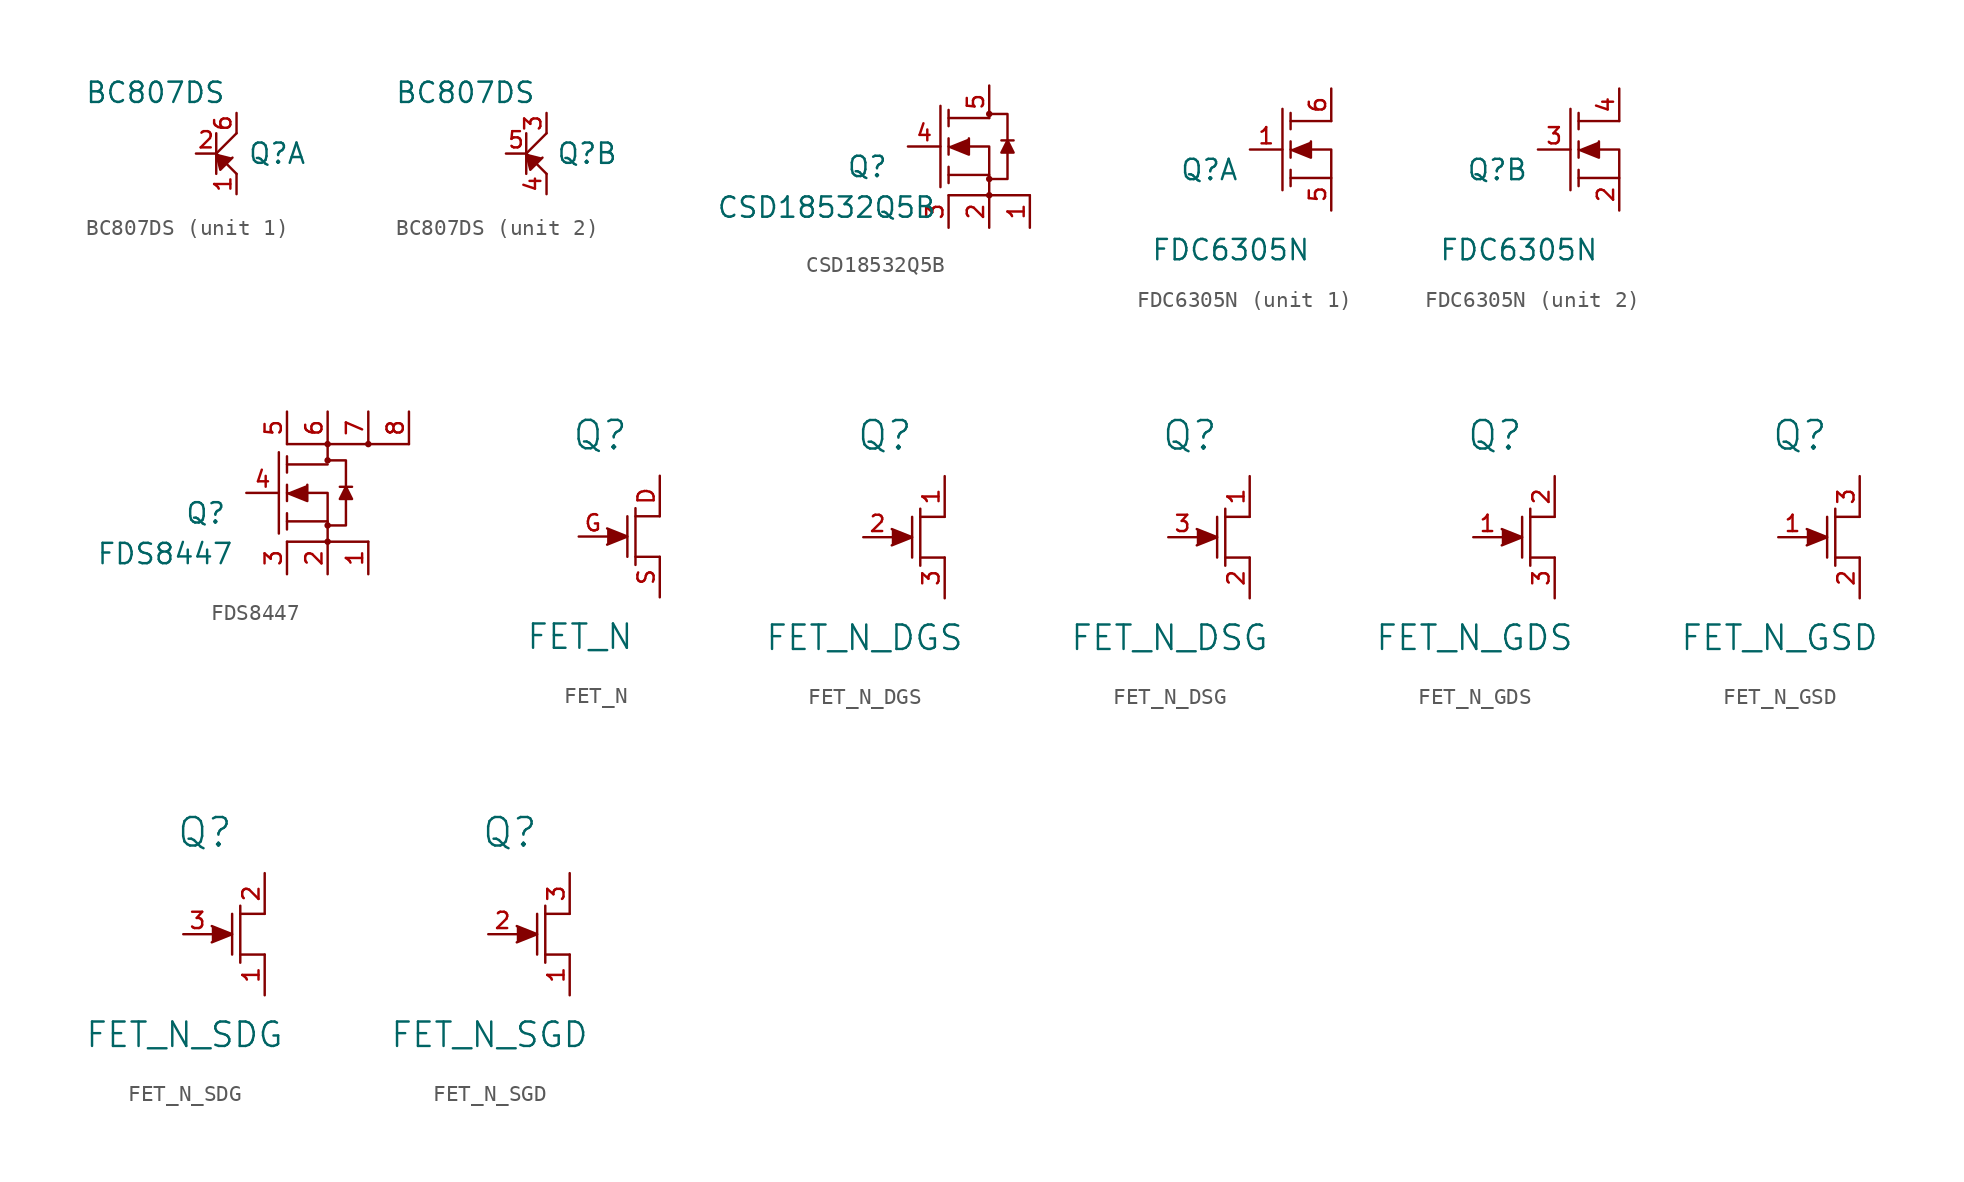
<source format=kicad_sym>
(kicad_symbol_lib
  (version 20220914)
  (generator kicad_symbol_editor)
  (symbol "BC807DS"
    (pin_names
      (offset 0) hide)
    (property "Reference" "Q"
      (at 3.81 0 0)
      (effects (font (size 1.27 1.27))))
    (property "Value" "BC807DS"
      (at -3.81 3.81 0)
      (effects (font (size 1.27 1.27))))
    (property "Footprint" ""
      (at 0 0 0)
      (effects (font (size 1.524 1.524))))
    (property "Datasheet" ""
      (at 0 0 0)
      (effects (font (size 1.524 1.524))))
    (symbol "BC807DS_0_0"
      (polyline (pts (xy 1.016 -0.254) (xy 0.254 -1.016) (xy 0 0) (xy 0 0)) (stroke (width 0) (type solid)) (fill (type outline))))
    (symbol "BC807DS_0_1"
      (polyline (pts (xy 0 0) (xy 1.27 -1.27) (xy 1.27 -1.27)) (stroke (width 0) (type solid)) (fill (type outline)))
      (polyline (pts (xy 0 0) (xy 1.27 1.27) (xy 1.27 1.27)) (stroke (width 0) (type solid)) (fill (type outline)))
      (polyline (pts (xy 0 1.27) (xy 0 -1.27) (xy 0 -1.27)) (stroke (width 0) (type solid)) (fill (type outline))))
    (symbol "BC807DS_1_1"
      (pin passive line (at 1.27 -2.54 90) (length 1.27) (name "E" (effects (font (size 1.016 1.016)))) (number "1" (effects (font (size 1.016 1.016)))))
      (pin input line (at -1.27 0 0) (length 1.27) (name "B" (effects (font (size 1.016 1.016)))) (number "2" (effects (font (size 1.016 1.016)))))
      (pin passive line (at 1.27 2.54 270) (length 1.27) (name "C" (effects (font (size 1.016 1.016)))) (number "6" (effects (font (size 1.016 1.016))))))
    (symbol "BC807DS_2_1"
      (pin passive line (at 1.27 2.54 270) (length 1.27) (name "C" (effects (font (size 1.016 1.016)))) (number "3" (effects (font (size 1.016 1.016)))))
      (pin passive line (at 1.27 -2.54 90) (length 1.27) (name "E" (effects (font (size 1.016 1.016)))) (number "4" (effects (font (size 1.016 1.016)))))
      (pin input line (at -1.27 0 0) (length 1.27) (name "B" (effects (font (size 1.016 1.016)))) (number "5" (effects (font (size 1.016 1.016)))))))
  (symbol "CSD18532Q5B"
    (pin_names
      (offset 0) hide)
    (property "Reference" "Q"
      (at -5.08 -1.27 0)
      (effects (font (size 1.27 1.27))))
    (property "Value" "CSD18532Q5B"
      (at -7.62 -3.81 0)
      (effects (font (size 1.27 1.27))))
    (property "Footprint" ""
      (at -3.81 -3.81 0)
      (effects (font (size 1.27 1.27))))
    (property "Datasheet" ""
      (at 0 0 0)
      (effects (font (size 1.524 1.524))))
    (symbol "CSD18532Q5B_0_1"
      (polyline (pts (xy 0 -3.048) (xy 5.08 -3.048)) (stroke (width 0) (type solid)) (fill (type none)))
      (polyline (pts (xy 2.54 -3.048) (xy 2.54 -1.778)) (stroke (width 0) (type solid)) (fill (type none)))
      (polyline (pts (xy 3.302 0.381) (xy 4.064 0.381)) (stroke (width 0) (type solid)) (fill (type none)))
      (polyline (pts (xy -0.508 2.54) (xy -0.508 -2.54) (xy -0.508 -2.54)) (stroke (width 0) (type solid)) (fill (type outline)))
      (polyline (pts (xy 0 -2.286) (xy 0 -1.27) (xy 0 -1.27)) (stroke (width 0) (type solid)) (fill (type outline)))
      (polyline (pts (xy 0 -0.508) (xy 0 0.508) (xy 0 0.508)) (stroke (width 0) (type solid)) (fill (type outline)))
      (polyline (pts (xy 0 1.27) (xy 0 2.286) (xy 0 2.286)) (stroke (width 0) (type solid)) (fill (type outline)))
      (polyline (pts (xy 0 1.778) (xy 2.54 1.778) (xy 2.54 1.778)) (stroke (width 0) (type solid)) (fill (type none)))
      (polyline (pts (xy 1.27 0.508) (xy 1.27 -0.508) (xy 0 0) (xy 0 0)) (stroke (width 0) (type solid)) (fill (type outline)))
      (polyline (pts (xy 2.54 2.032) (xy 3.683 2.032) (xy 3.683 -2.032) (xy 2.54 -2.032)) (stroke (width 0) (type solid)) (fill (type none)))
      (polyline (pts (xy 3.683 0.381) (xy 3.302 -0.381) (xy 4.064 -0.381) (xy 3.683 0.381)) (stroke (width 0) (type solid)) (fill (type outline)))
      (polyline (pts (xy 0 -1.778) (xy 2.54 -1.778) (xy 2.54 0) (xy 1.27 0) (xy 1.27 0)) (stroke (width 0) (type solid)) (fill (type none)))
      (circle (center 2.54 -3.048) (radius 0.127) (stroke (width 0) (type solid)) (fill (type none)))
      (circle (center 2.54 -2.032) (radius 0.127) (stroke (width 0) (type solid)) (fill (type none)))
      (circle (center 2.54 2.032) (radius 0.127) (stroke (width 0) (type solid)) (fill (type none))))
    (symbol "CSD18532Q5B_1_1"
      (pin passive line (at 5.08 -5.08 90) (length 2.032) (name "S" (effects (font (size 1.016 1.016)))) (number "1" (effects (font (size 1.016 1.016)))))
      (pin passive line (at 2.54 -5.08 90) (length 2.032) (name "S" (effects (font (size 1.016 1.016)))) (number "2" (effects (font (size 1.016 1.016)))))
      (pin passive line (at 0 -5.08 90) (length 2.032) (name "S" (effects (font (size 1.016 1.016)))) (number "3" (effects (font (size 1.016 1.016)))))
      (pin passive line (at -2.54 0 0) (length 2.032) (name "G" (effects (font (size 1.016 1.016)))) (number "4" (effects (font (size 1.016 1.016)))))
      (pin passive line (at 2.54 3.81 270) (length 2.032) (name "D" (effects (font (size 1.016 1.016)))) (number "5" (effects (font (size 1.016 1.016)))))))
  (symbol "FDC6305N"
    (pin_names
      (offset 0) hide)
    (property "Reference" "Q"
      (at -5.08 -1.27 0)
      (effects (font (size 1.27 1.27))))
    (property "Value" "FDC6305N"
      (at -3.734 -6.274 0)
      (effects (font (size 1.27 1.27))))
    (property "Datasheet" ""
      (at 0 0 0)
      (effects (font (size 1.524 1.524))))
    (symbol "FDC6305N_0_1"
      (polyline (pts (xy -0.508 2.54) (xy -0.508 -2.54) (xy -0.508 -2.54)) (stroke (width 0) (type solid)) (fill (type outline)))
      (polyline (pts (xy 0 -2.286) (xy 0 -1.27) (xy 0 -1.27)) (stroke (width 0) (type solid)) (fill (type outline)))
      (polyline (pts (xy 0 -0.508) (xy 0 0.508) (xy 0 0.508)) (stroke (width 0) (type solid)) (fill (type outline)))
      (polyline (pts (xy 0 1.27) (xy 0 2.286) (xy 0 2.286)) (stroke (width 0) (type solid)) (fill (type outline)))
      (polyline (pts (xy 0 1.778) (xy 2.54 1.778) (xy 2.54 1.778)) (stroke (width 0) (type solid)) (fill (type none)))
      (polyline (pts (xy 1.27 0.508) (xy 1.27 -0.508) (xy 0 0) (xy 0 0)) (stroke (width 0) (type solid)) (fill (type outline)))
      (polyline (pts (xy 0 -1.778) (xy 2.54 -1.778) (xy 2.54 0) (xy 1.27 0) (xy 1.27 0)) (stroke (width 0) (type solid)) (fill (type none))))
    (symbol "FDC6305N_1_1"
      (pin input line (at -2.54 0 0) (length 2.032) (name "G" (effects (font (size 1.016 1.016)))) (number "1" (effects (font (size 1.016 1.016)))))
      (pin passive line (at 2.54 -3.81 90) (length 2.032) (name "S" (effects (font (size 1.016 1.016)))) (number "5" (effects (font (size 1.016 1.016)))))
      (pin passive line (at 2.54 3.81 270) (length 2.032) (name "D" (effects (font (size 1.016 1.016)))) (number "6" (effects (font (size 1.016 1.016))))))
    (symbol "FDC6305N_2_1"
      (pin passive line (at 2.54 -3.81 90) (length 2.032) (name "S" (effects (font (size 1.016 1.016)))) (number "2" (effects (font (size 1.016 1.016)))))
      (pin input line (at -2.54 0 0) (length 2.032) (name "G" (effects (font (size 1.016 1.016)))) (number "3" (effects (font (size 1.016 1.016)))))
      (pin passive line (at 2.54 3.81 270) (length 2.032) (name "D" (effects (font (size 1.016 1.016)))) (number "4" (effects (font (size 1.016 1.016)))))))
  (symbol "FDS8447"
    (pin_names
      (offset 0) hide)
    (property "Reference" "Q"
      (at -5.08 -1.27 0)
      (effects (font (size 1.27 1.27))))
    (property "Value" "FDS8447"
      (at -7.62 -3.81 0)
      (effects (font (size 1.27 1.27))))
    (property "Footprint" ""
      (at -3.81 -3.81 0)
      (effects (font (size 1.27 1.27))))
    (property "Datasheet" ""
      (at 0 0 0)
      (effects (font (size 1.524 1.524))))
    (symbol "FDS8447_0_1"
      (polyline (pts (xy 0 -3.048) (xy 5.08 -3.048)) (stroke (width 0) (type solid)) (fill (type none)))
      (polyline (pts (xy 0 3.048) (xy 7.62 3.048)) (stroke (width 0) (type solid)) (fill (type none)))
      (polyline (pts (xy 2.54 -3.048) (xy 2.54 -1.778)) (stroke (width 0) (type solid)) (fill (type none)))
      (polyline (pts (xy 2.54 2.032) (xy 2.54 3.048)) (stroke (width 0) (type solid)) (fill (type none)))
      (polyline (pts (xy 3.302 0.381) (xy 4.064 0.381)) (stroke (width 0) (type solid)) (fill (type none)))
      (polyline (pts (xy -0.508 2.54) (xy -0.508 -2.54) (xy -0.508 -2.54)) (stroke (width 0) (type solid)) (fill (type outline)))
      (polyline (pts (xy 0 -2.286) (xy 0 -1.27) (xy 0 -1.27)) (stroke (width 0) (type solid)) (fill (type outline)))
      (polyline (pts (xy 0 -0.508) (xy 0 0.508) (xy 0 0.508)) (stroke (width 0) (type solid)) (fill (type outline)))
      (polyline (pts (xy 0 1.27) (xy 0 2.286) (xy 0 2.286)) (stroke (width 0) (type solid)) (fill (type outline)))
      (polyline (pts (xy 0 1.778) (xy 2.54 1.778) (xy 2.54 1.778)) (stroke (width 0) (type solid)) (fill (type none)))
      (polyline (pts (xy 1.27 0.508) (xy 1.27 -0.508) (xy 0 0) (xy 0 0)) (stroke (width 0) (type solid)) (fill (type outline)))
      (polyline (pts (xy 2.54 2.032) (xy 3.683 2.032) (xy 3.683 -2.032) (xy 2.54 -2.032)) (stroke (width 0) (type solid)) (fill (type none)))
      (polyline (pts (xy 3.683 0.381) (xy 3.302 -0.381) (xy 4.064 -0.381) (xy 3.683 0.381)) (stroke (width 0) (type solid)) (fill (type outline)))
      (polyline (pts (xy 0 -1.778) (xy 2.54 -1.778) (xy 2.54 0) (xy 1.27 0) (xy 1.27 0)) (stroke (width 0) (type solid)) (fill (type none)))
      (circle (center 2.54 -3.048) (radius 0.127) (stroke (width 0) (type solid)) (fill (type none)))
      (circle (center 2.54 -2.032) (radius 0.127) (stroke (width 0) (type solid)) (fill (type none)))
      (circle (center 2.54 2.032) (radius 0.127) (stroke (width 0) (type solid)) (fill (type none)))
      (circle (center 2.54 3.048) (radius 0.127) (stroke (width 0) (type solid)) (fill (type none)))
      (circle (center 5.08 3.048) (radius 0.127) (stroke (width 0) (type solid)) (fill (type none))))
    (symbol "FDS8447_1_1"
      (pin passive line (at 5.08 -5.08 90) (length 2.032) (name "S" (effects (font (size 1.016 1.016)))) (number "1" (effects (font (size 1.016 1.016)))))
      (pin passive line (at 2.54 -5.08 90) (length 2.032) (name "S" (effects (font (size 1.016 1.016)))) (number "2" (effects (font (size 1.016 1.016)))))
      (pin passive line (at 0 -5.08 90) (length 2.032) (name "S" (effects (font (size 1.016 1.016)))) (number "3" (effects (font (size 1.016 1.016)))))
      (pin passive line (at -2.54 0 0) (length 2.032) (name "G" (effects (font (size 1.016 1.016)))) (number "4" (effects (font (size 1.016 1.016)))))
      (pin passive line (at 0 5.08 270) (length 2.032) (name "D" (effects (font (size 1.016 1.016)))) (number "5" (effects (font (size 1.016 1.016)))))
      (pin passive line (at 2.54 5.08 270) (length 2.032) (name "D" (effects (font (size 1.016 1.016)))) (number "6" (effects (font (size 1.016 1.016)))))
      (pin passive line (at 5.08 5.08 270) (length 2.032) (name "D" (effects (font (size 1.016 1.016)))) (number "7" (effects (font (size 1.016 1.016)))))
      (pin passive line (at 7.62 5.08 270) (length 2.032) (name "D" (effects (font (size 1.016 1.016)))) (number "8" (effects (font (size 1.016 1.016)))))))
  (symbol "FET_N"
    (pin_names
      (offset 0.762) hide)
    (property "Reference" "Q"
      (at -2.464 6.35 0)
      (effects (font (size 1.778 1.778))))
    (property "Value" "FET_N"
      (at -3.734 -6.274 0)
      (effects (font (size 1.524 1.524))))
    (property "Footprint" ""
      (at 0 0 0)
      (effects (font (size 1.524 1.524))))
    (property "Datasheet" ""
      (at 0 0 0)
      (effects (font (size 1.524 1.524))))
    (symbol "FET_N_0_1"
      (polyline (pts (xy -0.762 -1.27) (xy -0.762 1.27) (xy -0.762 1.27)) (stroke (width 0) (type solid)) (fill (type none)))
      (polyline (pts (xy -0.254 -1.27) (xy 1.27 -1.27) (xy 1.27 -1.27)) (stroke (width 0) (type solid)) (fill (type outline)))
      (polyline (pts (xy -0.254 1.27) (xy 1.27 1.27) (xy 1.27 1.27)) (stroke (width 0) (type solid)) (fill (type outline)))
      (polyline (pts (xy -0.254 1.778) (xy -0.254 -1.778) (xy -0.254 -1.778)) (stroke (width 0) (type solid)) (fill (type outline)))
      (polyline (pts (xy -2.032 0.508) (xy -0.762 0) (xy -2.032 -0.508) (xy -2.032 -0.508)) (stroke (width 0) (type solid)) (fill (type outline))))
    (symbol "FET_N_1_1"
      (pin passive line (at 1.27 3.81 270) (length 2.54) (name "D" (effects (font (size 1.016 1.016)))) (number "D" (effects (font (size 1.016 1.016)))))
      (pin input line (at -3.81 0 0) (length 1.778) (name "G" (effects (font (size 1.016 1.016)))) (number "G" (effects (font (size 1.016 1.016)))))
      (pin passive line (at 1.27 -3.81 90) (length 2.54) (name "S" (effects (font (size 1.016 1.016)))) (number "S" (effects (font (size 1.016 1.016)))))))
  (symbol "FET_N_DGS"
    (pin_names
      (offset 0.762) hide)
    (property "Reference" "Q"
      (at -2.464 6.35 0)
      (effects (font (size 1.778 1.778))))
    (property "Value" "FET_N_DGS"
      (at -3.734 -6.274 0)
      (effects (font (size 1.524 1.524))))
    (property "Footprint" ""
      (at 0 0 0)
      (effects (font (size 1.524 1.524))))
    (property "Datasheet" ""
      (at 0 0 0)
      (effects (font (size 1.524 1.524))))
    (symbol "FET_N_DGS_0_1"
      (polyline (pts (xy -0.762 -1.27) (xy -0.762 1.27) (xy -0.762 1.27)) (stroke (width 0) (type solid)) (fill (type none)))
      (polyline (pts (xy -0.254 -1.27) (xy 1.27 -1.27) (xy 1.27 -1.27)) (stroke (width 0) (type solid)) (fill (type outline)))
      (polyline (pts (xy -0.254 1.27) (xy 1.27 1.27) (xy 1.27 1.27)) (stroke (width 0) (type solid)) (fill (type outline)))
      (polyline (pts (xy -0.254 1.778) (xy -0.254 -1.778) (xy -0.254 -1.778)) (stroke (width 0) (type solid)) (fill (type outline)))
      (polyline (pts (xy -2.032 0.508) (xy -0.762 0) (xy -2.032 -0.508) (xy -2.032 -0.508)) (stroke (width 0) (type solid)) (fill (type outline))))
    (symbol "FET_N_DGS_1_1"
      (pin passive line (at 1.27 3.81 270) (length 2.54) (name "D" (effects (font (size 1.016 1.016)))) (number "1" (effects (font (size 1.016 1.016)))))
      (pin input line (at -3.81 0 0) (length 1.778) (name "G" (effects (font (size 1.016 1.016)))) (number "2" (effects (font (size 1.016 1.016)))))
      (pin passive line (at 1.27 -3.81 90) (length 2.54) (name "S" (effects (font (size 1.016 1.016)))) (number "3" (effects (font (size 1.016 1.016)))))))
  (symbol "FET_N_DSG"
    (pin_names
      (offset 0.762) hide)
    (property "Reference" "Q"
      (at -2.464 6.35 0)
      (effects (font (size 1.778 1.778))))
    (property "Value" "FET_N_DSG"
      (at -3.734 -6.274 0)
      (effects (font (size 1.524 1.524))))
    (property "Footprint" ""
      (at 0 0 0)
      (effects (font (size 1.524 1.524))))
    (property "Datasheet" ""
      (at 0 0 0)
      (effects (font (size 1.524 1.524))))
    (symbol "FET_N_DSG_0_1"
      (polyline (pts (xy -0.762 -1.27) (xy -0.762 1.27) (xy -0.762 1.27)) (stroke (width 0) (type solid)) (fill (type none)))
      (polyline (pts (xy -0.254 -1.27) (xy 1.27 -1.27) (xy 1.27 -1.27)) (stroke (width 0) (type solid)) (fill (type outline)))
      (polyline (pts (xy -0.254 1.27) (xy 1.27 1.27) (xy 1.27 1.27)) (stroke (width 0) (type solid)) (fill (type outline)))
      (polyline (pts (xy -0.254 1.778) (xy -0.254 -1.778) (xy -0.254 -1.778)) (stroke (width 0) (type solid)) (fill (type outline)))
      (polyline (pts (xy -2.032 0.508) (xy -0.762 0) (xy -2.032 -0.508) (xy -2.032 -0.508)) (stroke (width 0) (type solid)) (fill (type outline))))
    (symbol "FET_N_DSG_1_1"
      (pin passive line (at 1.27 3.81 270) (length 2.54) (name "D" (effects (font (size 1.016 1.016)))) (number "1" (effects (font (size 1.016 1.016)))))
      (pin passive line (at 1.27 -3.81 90) (length 2.54) (name "S" (effects (font (size 1.016 1.016)))) (number "2" (effects (font (size 1.016 1.016)))))
      (pin input line (at -3.81 0 0) (length 1.778) (name "G" (effects (font (size 1.016 1.016)))) (number "3" (effects (font (size 1.016 1.016)))))))
  (symbol "FET_N_GDS"
    (pin_names
      (offset 0.762) hide)
    (property "Reference" "Q"
      (at -2.464 6.35 0)
      (effects (font (size 1.778 1.778))))
    (property "Value" "FET_N_GDS"
      (at -3.734 -6.274 0)
      (effects (font (size 1.524 1.524))))
    (property "Footprint" ""
      (at 0 0 0)
      (effects (font (size 1.524 1.524))))
    (property "Datasheet" ""
      (at 0 0 0)
      (effects (font (size 1.524 1.524))))
    (symbol "FET_N_GDS_0_1"
      (polyline (pts (xy -0.762 -1.27) (xy -0.762 1.27) (xy -0.762 1.27)) (stroke (width 0) (type solid)) (fill (type none)))
      (polyline (pts (xy -0.254 -1.27) (xy 1.27 -1.27) (xy 1.27 -1.27)) (stroke (width 0) (type solid)) (fill (type outline)))
      (polyline (pts (xy -0.254 1.27) (xy 1.27 1.27) (xy 1.27 1.27)) (stroke (width 0) (type solid)) (fill (type outline)))
      (polyline (pts (xy -0.254 1.778) (xy -0.254 -1.778) (xy -0.254 -1.778)) (stroke (width 0) (type solid)) (fill (type outline)))
      (polyline (pts (xy -2.032 0.508) (xy -0.762 0) (xy -2.032 -0.508) (xy -2.032 -0.508)) (stroke (width 0) (type solid)) (fill (type outline))))
    (symbol "FET_N_GDS_1_1"
      (pin input line (at -3.81 0 0) (length 1.778) (name "G" (effects (font (size 1.016 1.016)))) (number "1" (effects (font (size 1.016 1.016)))))
      (pin passive line (at 1.27 3.81 270) (length 2.54) (name "D" (effects (font (size 1.016 1.016)))) (number "2" (effects (font (size 1.016 1.016)))))
      (pin passive line (at 1.27 -3.81 90) (length 2.54) (name "S" (effects (font (size 1.016 1.016)))) (number "3" (effects (font (size 1.016 1.016)))))))
  (symbol "FET_N_GSD"
    (pin_names
      (offset 0.762) hide)
    (property "Reference" "Q"
      (at -2.464 6.35 0)
      (effects (font (size 1.778 1.778))))
    (property "Value" "FET_N_GSD"
      (at -3.734 -6.274 0)
      (effects (font (size 1.524 1.524))))
    (property "Footprint" ""
      (at 0 0 0)
      (effects (font (size 1.524 1.524))))
    (property "Datasheet" ""
      (at 0 0 0)
      (effects (font (size 1.524 1.524))))
    (symbol "FET_N_GSD_0_1"
      (polyline (pts (xy -0.762 -1.27) (xy -0.762 1.27) (xy -0.762 1.27)) (stroke (width 0) (type solid)) (fill (type none)))
      (polyline (pts (xy -0.254 -1.27) (xy 1.27 -1.27) (xy 1.27 -1.27)) (stroke (width 0) (type solid)) (fill (type outline)))
      (polyline (pts (xy -0.254 1.27) (xy 1.27 1.27) (xy 1.27 1.27)) (stroke (width 0) (type solid)) (fill (type outline)))
      (polyline (pts (xy -0.254 1.778) (xy -0.254 -1.778) (xy -0.254 -1.778)) (stroke (width 0) (type solid)) (fill (type outline)))
      (polyline (pts (xy -2.032 0.508) (xy -0.762 0) (xy -2.032 -0.508) (xy -2.032 -0.508)) (stroke (width 0) (type solid)) (fill (type outline))))
    (symbol "FET_N_GSD_1_1"
      (pin input line (at -3.81 0 0) (length 1.778) (name "G" (effects (font (size 1.016 1.016)))) (number "1" (effects (font (size 1.016 1.016)))))
      (pin passive line (at 1.27 -3.81 90) (length 2.54) (name "S" (effects (font (size 1.016 1.016)))) (number "2" (effects (font (size 1.016 1.016)))))
      (pin passive line (at 1.27 3.81 270) (length 2.54) (name "D" (effects (font (size 1.016 1.016)))) (number "3" (effects (font (size 1.016 1.016)))))))
  (symbol "FET_N_SDG"
    (pin_names
      (offset 0.762) hide)
    (property "Reference" "Q"
      (at -2.464 6.35 0)
      (effects (font (size 1.778 1.778))))
    (property "Value" "FET_N_SDG"
      (at -3.734 -6.274 0)
      (effects (font (size 1.524 1.524))))
    (property "Footprint" ""
      (at 0 0 0)
      (effects (font (size 1.524 1.524))))
    (property "Datasheet" ""
      (at 0 0 0)
      (effects (font (size 1.524 1.524))))
    (symbol "FET_N_SDG_0_1"
      (polyline (pts (xy -0.762 -1.27) (xy -0.762 1.27) (xy -0.762 1.27)) (stroke (width 0) (type solid)) (fill (type none)))
      (polyline (pts (xy -0.254 -1.27) (xy 1.27 -1.27) (xy 1.27 -1.27)) (stroke (width 0) (type solid)) (fill (type outline)))
      (polyline (pts (xy -0.254 1.27) (xy 1.27 1.27) (xy 1.27 1.27)) (stroke (width 0) (type solid)) (fill (type outline)))
      (polyline (pts (xy -0.254 1.778) (xy -0.254 -1.778) (xy -0.254 -1.778)) (stroke (width 0) (type solid)) (fill (type outline)))
      (polyline (pts (xy -2.032 0.508) (xy -0.762 0) (xy -2.032 -0.508) (xy -2.032 -0.508)) (stroke (width 0) (type solid)) (fill (type outline))))
    (symbol "FET_N_SDG_1_1"
      (pin passive line (at 1.27 -3.81 90) (length 2.54) (name "S" (effects (font (size 1.016 1.016)))) (number "1" (effects (font (size 1.016 1.016)))))
      (pin passive line (at 1.27 3.81 270) (length 2.54) (name "D" (effects (font (size 1.016 1.016)))) (number "2" (effects (font (size 1.016 1.016)))))
      (pin input line (at -3.81 0 0) (length 1.778) (name "G" (effects (font (size 1.016 1.016)))) (number "3" (effects (font (size 1.016 1.016)))))))
  (symbol "FET_N_SGD"
    (pin_names
      (offset 0.762) hide)
    (property "Reference" "Q"
      (at -2.464 6.35 0)
      (effects (font (size 1.778 1.778))))
    (property "Value" "FET_N_SGD"
      (at -3.734 -6.274 0)
      (effects (font (size 1.524 1.524))))
    (property "Footprint" ""
      (at 0 0 0)
      (effects (font (size 1.524 1.524))))
    (property "Datasheet" ""
      (at 0 0 0)
      (effects (font (size 1.524 1.524))))
    (symbol "FET_N_SGD_0_1"
      (polyline (pts (xy -0.762 -1.27) (xy -0.762 1.27) (xy -0.762 1.27)) (stroke (width 0) (type solid)) (fill (type none)))
      (polyline (pts (xy -0.254 -1.27) (xy 1.27 -1.27) (xy 1.27 -1.27)) (stroke (width 0) (type solid)) (fill (type outline)))
      (polyline (pts (xy -0.254 1.27) (xy 1.27 1.27) (xy 1.27 1.27)) (stroke (width 0) (type solid)) (fill (type outline)))
      (polyline (pts (xy -0.254 1.778) (xy -0.254 -1.778) (xy -0.254 -1.778)) (stroke (width 0) (type solid)) (fill (type outline)))
      (polyline (pts (xy -2.032 0.508) (xy -0.762 0) (xy -2.032 -0.508) (xy -2.032 -0.508)) (stroke (width 0) (type solid)) (fill (type outline))))
    (symbol "FET_N_SGD_1_1"
      (pin passive line (at 1.27 -3.81 90) (length 2.54) (name "S" (effects (font (size 1.016 1.016)))) (number "1" (effects (font (size 1.016 1.016)))))
      (pin input line (at -3.81 0 0) (length 1.778) (name "G" (effects (font (size 1.016 1.016)))) (number "2" (effects (font (size 1.016 1.016)))))
      (pin passive line (at 1.27 3.81 270) (length 2.54) (name "D" (effects (font (size 1.016 1.016)))) (number "3" (effects (font (size 1.016 1.016))))))))
</source>
